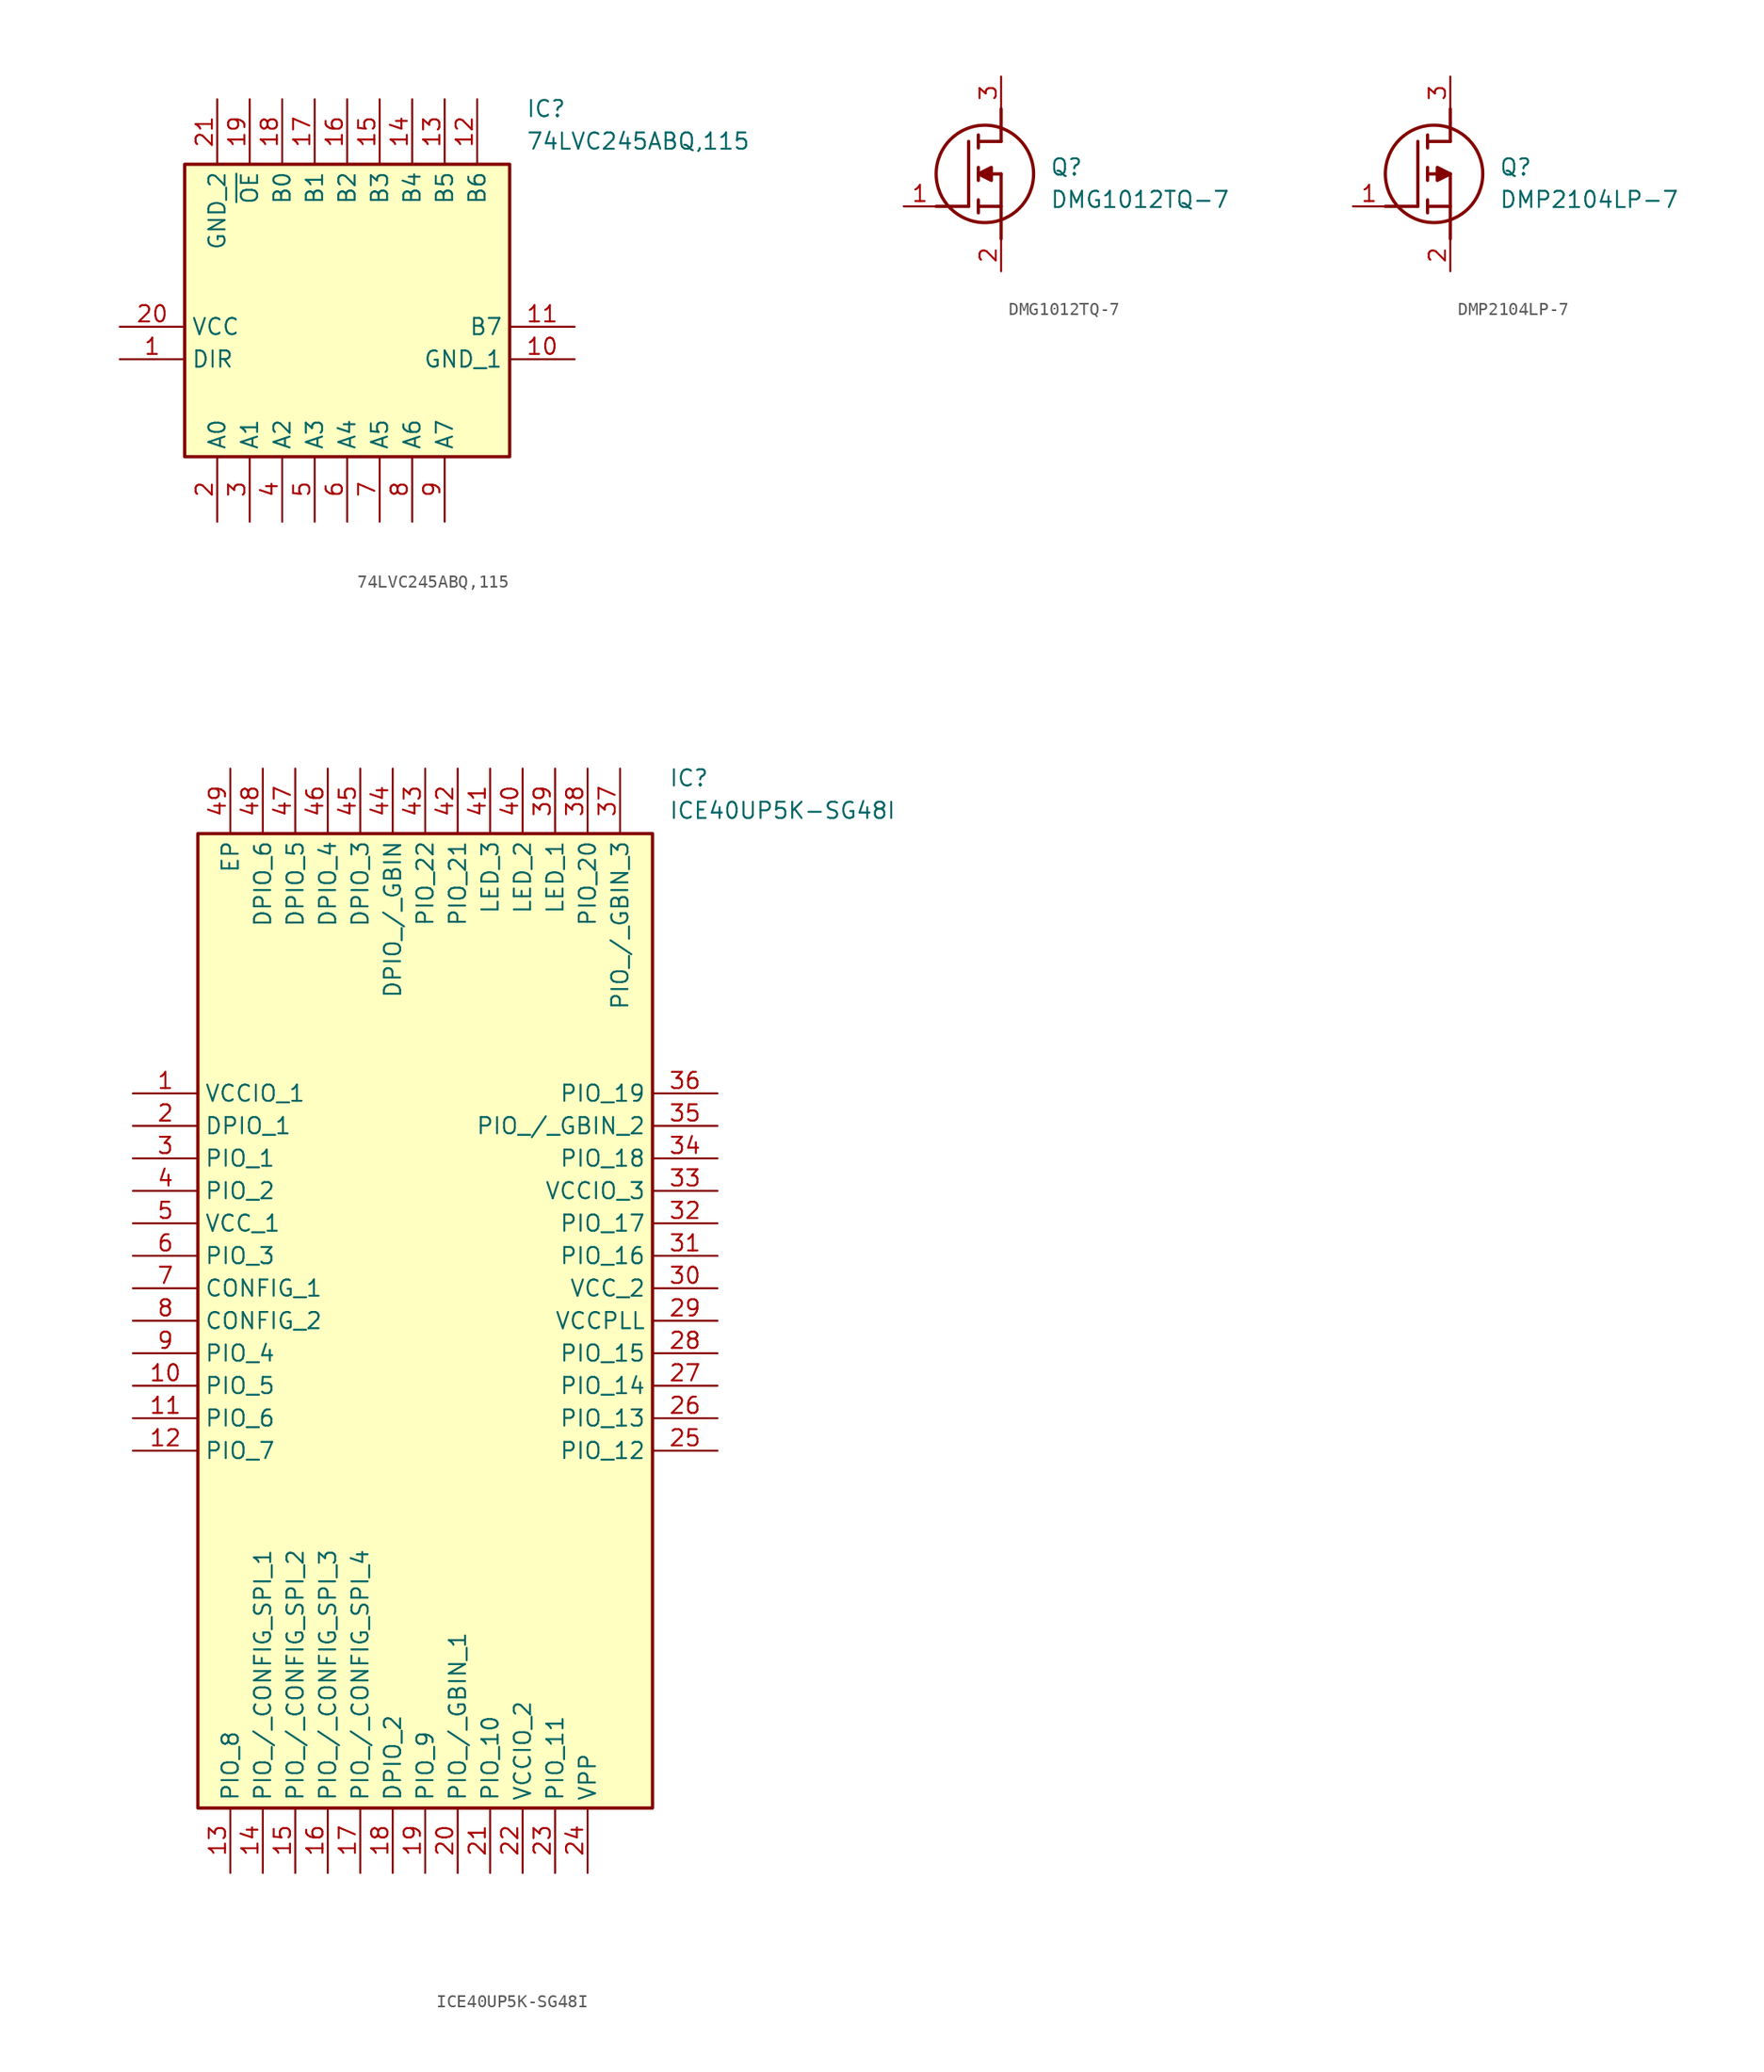
<source format=kicad_sym>
(kicad_symbol_lib
  (version 20231120)
  (generator "kicad_symbol_editor")
  (generator_version "8.0")
  (symbol "74LVC245ABQ,115"
    (property "Reference" "IC"
      (at 31.75 17.78 0)
      (effects (font (size 1.27 1.27)) (justify left top)))
    (property "Value" "74LVC245ABQ,115"
      (at 31.75 15.24 0)
      (effects (font (size 1.27 1.27)) (justify left top)))
    (symbol "74LVC245ABQ,115_1_1"
      (rectangle (start 5.08 12.7) (end 30.48 -10.16) (stroke (width 0.254) (type default)) (fill (type background)))
      (pin passive line (at 0 -2.54 0) (length 5.08) (name "DIR" (effects (font (size 1.27 1.27)))) (number "1" (effects (font (size 1.27 1.27)))))
      (pin passive line (at 35.56 -2.54 180) (length 5.08) (name "GND_1" (effects (font (size 1.27 1.27)))) (number "10" (effects (font (size 1.27 1.27)))))
      (pin passive line (at 35.56 0 180) (length 5.08) (name "B7" (effects (font (size 1.27 1.27)))) (number "11" (effects (font (size 1.27 1.27)))))
      (pin passive line (at 27.94 17.78 270) (length 5.08) (name "B6" (effects (font (size 1.27 1.27)))) (number "12" (effects (font (size 1.27 1.27)))))
      (pin passive line (at 25.4 17.78 270) (length 5.08) (name "B5" (effects (font (size 1.27 1.27)))) (number "13" (effects (font (size 1.27 1.27)))))
      (pin passive line (at 22.86 17.78 270) (length 5.08) (name "B4" (effects (font (size 1.27 1.27)))) (number "14" (effects (font (size 1.27 1.27)))))
      (pin passive line (at 20.32 17.78 270) (length 5.08) (name "B3" (effects (font (size 1.27 1.27)))) (number "15" (effects (font (size 1.27 1.27)))))
      (pin passive line (at 17.78 17.78 270) (length 5.08) (name "B2" (effects (font (size 1.27 1.27)))) (number "16" (effects (font (size 1.27 1.27)))))
      (pin passive line (at 15.24 17.78 270) (length 5.08) (name "B1" (effects (font (size 1.27 1.27)))) (number "17" (effects (font (size 1.27 1.27)))))
      (pin passive line (at 12.7 17.78 270) (length 5.08) (name "B0" (effects (font (size 1.27 1.27)))) (number "18" (effects (font (size 1.27 1.27)))))
      (pin passive line (at 10.16 17.78 270) (length 5.08) (name "~{OE}" (effects (font (size 1.27 1.27)))) (number "19" (effects (font (size 1.27 1.27)))))
      (pin passive line (at 7.62 -15.24 90) (length 5.08) (name "A0" (effects (font (size 1.27 1.27)))) (number "2" (effects (font (size 1.27 1.27)))))
      (pin passive line (at 0 0 0) (length 5.08) (name "VCC" (effects (font (size 1.27 1.27)))) (number "20" (effects (font (size 1.27 1.27)))))
      (pin passive line (at 7.62 17.78 270) (length 5.08) (name "GND_2" (effects (font (size 1.27 1.27)))) (number "21" (effects (font (size 1.27 1.27)))))
      (pin passive line (at 10.16 -15.24 90) (length 5.08) (name "A1" (effects (font (size 1.27 1.27)))) (number "3" (effects (font (size 1.27 1.27)))))
      (pin passive line (at 12.7 -15.24 90) (length 5.08) (name "A2" (effects (font (size 1.27 1.27)))) (number "4" (effects (font (size 1.27 1.27)))))
      (pin passive line (at 15.24 -15.24 90) (length 5.08) (name "A3" (effects (font (size 1.27 1.27)))) (number "5" (effects (font (size 1.27 1.27)))))
      (pin passive line (at 17.78 -15.24 90) (length 5.08) (name "A4" (effects (font (size 1.27 1.27)))) (number "6" (effects (font (size 1.27 1.27)))))
      (pin passive line (at 20.32 -15.24 90) (length 5.08) (name "A5" (effects (font (size 1.27 1.27)))) (number "7" (effects (font (size 1.27 1.27)))))
      (pin passive line (at 22.86 -15.24 90) (length 5.08) (name "A6" (effects (font (size 1.27 1.27)))) (number "8" (effects (font (size 1.27 1.27)))))
      (pin passive line (at 25.4 -15.24 90) (length 5.08) (name "A7" (effects (font (size 1.27 1.27)))) (number "9" (effects (font (size 1.27 1.27)))))))
  (symbol "DMG1012TQ-7"
    (pin_names hide)
    (property "Reference" "Q"
      (at 11.43 3.81 0)
      (effects (font (size 1.27 1.27)) (justify left top)))
    (property "Value" "DMG1012TQ-7"
      (at 11.43 1.27 0)
      (effects (font (size 1.27 1.27)) (justify left top)))
    (symbol "DMG1012TQ-7_1_1"
      (polyline (pts (xy 2.54 0) (xy 5.08 0)) (stroke (width 0.254) (type default)) (fill (type none)))
      (polyline (pts (xy 5.08 5.08) (xy 5.08 0)) (stroke (width 0.254) (type default)) (fill (type none)))
      (polyline (pts (xy 5.842 -0.508) (xy 5.842 0.508)) (stroke (width 0.254) (type default)) (fill (type none)))
      (polyline (pts (xy 5.842 0) (xy 7.62 0)) (stroke (width 0.254) (type default)) (fill (type none)))
      (polyline (pts (xy 5.842 2.032) (xy 5.842 3.048)) (stroke (width 0.254) (type default)) (fill (type none)))
      (polyline (pts (xy 5.842 5.588) (xy 5.842 4.572)) (stroke (width 0.254) (type default)) (fill (type none)))
      (polyline (pts (xy 7.62 2.54) (xy 5.842 2.54)) (stroke (width 0.254) (type default)) (fill (type none)))
      (polyline (pts (xy 7.62 2.54) (xy 7.62 -2.54)) (stroke (width 0.254) (type default)) (fill (type none)))
      (polyline (pts (xy 7.62 5.08) (xy 5.842 5.08)) (stroke (width 0.254) (type default)) (fill (type none)))
      (polyline (pts (xy 7.62 5.08) (xy 7.62 7.62)) (stroke (width 0.254) (type default)) (fill (type none)))
      (polyline (pts (xy 5.842 2.54) (xy 6.858 3.048) (xy 6.858 2.032) (xy 5.842 2.54)) (stroke (width 0.254) (type default)) (fill (type outline)))
      (circle (center 6.35 2.54) (radius 3.81) (stroke (width 0.254) (type default)) (fill (type none)))
      (pin passive line (at 0 0 0) (length 2.54) (name "G" (effects (font (size 1.27 1.27)))) (number "1" (effects (font (size 1.27 1.27)))))
      (pin passive line (at 7.62 -5.08 90) (length 2.54) (name "S" (effects (font (size 1.27 1.27)))) (number "2" (effects (font (size 1.27 1.27)))))
      (pin passive line (at 7.62 10.16 270) (length 2.54) (name "D" (effects (font (size 1.27 1.27)))) (number "3" (effects (font (size 1.27 1.27)))))))
  (symbol "DMP2104LP-7"
    (pin_names hide)
    (property "Reference" "Q"
      (at 11.43 3.81 0)
      (effects (font (size 1.27 1.27)) (justify left top)))
    (property "Value" "DMP2104LP-7"
      (at 11.43 1.27 0)
      (effects (font (size 1.27 1.27)) (justify left top)))
    (symbol "DMP2104LP-7_1_1"
      (polyline (pts (xy 2.54 0) (xy 5.08 0)) (stroke (width 0.254) (type default)) (fill (type none)))
      (polyline (pts (xy 5.08 5.08) (xy 5.08 0)) (stroke (width 0.254) (type default)) (fill (type none)))
      (polyline (pts (xy 5.842 -0.508) (xy 5.842 0.508)) (stroke (width 0.254) (type default)) (fill (type none)))
      (polyline (pts (xy 5.842 0) (xy 7.62 0)) (stroke (width 0.254) (type default)) (fill (type none)))
      (polyline (pts (xy 5.842 2.032) (xy 5.842 3.048)) (stroke (width 0.254) (type default)) (fill (type none)))
      (polyline (pts (xy 5.842 5.588) (xy 5.842 4.572)) (stroke (width 0.254) (type default)) (fill (type none)))
      (polyline (pts (xy 7.62 2.54) (xy 5.842 2.54)) (stroke (width 0.254) (type default)) (fill (type none)))
      (polyline (pts (xy 7.62 2.54) (xy 7.62 -2.54)) (stroke (width 0.254) (type default)) (fill (type none)))
      (polyline (pts (xy 7.62 5.08) (xy 5.842 5.08)) (stroke (width 0.254) (type default)) (fill (type none)))
      (polyline (pts (xy 7.62 5.08) (xy 7.62 7.62)) (stroke (width 0.254) (type default)) (fill (type none)))
      (polyline (pts (xy 7.62 2.54) (xy 6.604 3.048) (xy 6.604 2.032) (xy 7.62 2.54)) (stroke (width 0.254) (type default)) (fill (type outline)))
      (circle (center 6.35 2.54) (radius 3.81) (stroke (width 0.254) (type default)) (fill (type none)))
      (pin passive line (at 0 0 0) (length 2.54) (name "G" (effects (font (size 1.27 1.27)))) (number "1" (effects (font (size 1.27 1.27)))))
      (pin passive line (at 7.62 -5.08 90) (length 2.54) (name "S" (effects (font (size 1.27 1.27)))) (number "2" (effects (font (size 1.27 1.27)))))
      (pin passive line (at 7.62 10.16 270) (length 2.54) (name "D" (effects (font (size 1.27 1.27)))) (number "3" (effects (font (size 1.27 1.27)))))))
  (symbol "ICE40UP5K-SG48I"
    (property "Reference" "IC"
      (at 41.91 25.4 0)
      (effects (font (size 1.27 1.27)) (justify left top)))
    (property "Value" "ICE40UP5K-SG48I"
      (at 41.91 22.86 0)
      (effects (font (size 1.27 1.27)) (justify left top)))
    (symbol "ICE40UP5K-SG48I_1_1"
      (rectangle (start 5.08 20.32) (end 40.64 -55.88) (stroke (width 0.254) (type default)) (fill (type background)))
      (pin passive line (at 0 0 0) (length 5.08) (name "VCCIO_1" (effects (font (size 1.27 1.27)))) (number "1" (effects (font (size 1.27 1.27)))))
      (pin passive line (at 0 -22.86 0) (length 5.08) (name "PIO_5" (effects (font (size 1.27 1.27)))) (number "10" (effects (font (size 1.27 1.27)))))
      (pin passive line (at 0 -25.4 0) (length 5.08) (name "PIO_6" (effects (font (size 1.27 1.27)))) (number "11" (effects (font (size 1.27 1.27)))))
      (pin passive line (at 0 -27.94 0) (length 5.08) (name "PIO_7" (effects (font (size 1.27 1.27)))) (number "12" (effects (font (size 1.27 1.27)))))
      (pin passive line (at 7.62 -60.96 90) (length 5.08) (name "PIO_8" (effects (font (size 1.27 1.27)))) (number "13" (effects (font (size 1.27 1.27)))))
      (pin passive line (at 10.16 -60.96 90) (length 5.08) (name "PIO_/_CONFIG_SPI_1" (effects (font (size 1.27 1.27)))) (number "14" (effects (font (size 1.27 1.27)))))
      (pin passive line (at 12.7 -60.96 90) (length 5.08) (name "PIO_/_CONFIG_SPI_2" (effects (font (size 1.27 1.27)))) (number "15" (effects (font (size 1.27 1.27)))))
      (pin passive line (at 15.24 -60.96 90) (length 5.08) (name "PIO_/_CONFIG_SPI_3" (effects (font (size 1.27 1.27)))) (number "16" (effects (font (size 1.27 1.27)))))
      (pin passive line (at 17.78 -60.96 90) (length 5.08) (name "PIO_/_CONFIG_SPI_4" (effects (font (size 1.27 1.27)))) (number "17" (effects (font (size 1.27 1.27)))))
      (pin passive line (at 20.32 -60.96 90) (length 5.08) (name "DPIO_2" (effects (font (size 1.27 1.27)))) (number "18" (effects (font (size 1.27 1.27)))))
      (pin passive line (at 22.86 -60.96 90) (length 5.08) (name "PIO_9" (effects (font (size 1.27 1.27)))) (number "19" (effects (font (size 1.27 1.27)))))
      (pin passive line (at 0 -2.54 0) (length 5.08) (name "DPIO_1" (effects (font (size 1.27 1.27)))) (number "2" (effects (font (size 1.27 1.27)))))
      (pin passive line (at 25.4 -60.96 90) (length 5.08) (name "PIO_/_GBIN_1" (effects (font (size 1.27 1.27)))) (number "20" (effects (font (size 1.27 1.27)))))
      (pin passive line (at 27.94 -60.96 90) (length 5.08) (name "PIO_10" (effects (font (size 1.27 1.27)))) (number "21" (effects (font (size 1.27 1.27)))))
      (pin passive line (at 30.48 -60.96 90) (length 5.08) (name "VCCIO_2" (effects (font (size 1.27 1.27)))) (number "22" (effects (font (size 1.27 1.27)))))
      (pin passive line (at 33.02 -60.96 90) (length 5.08) (name "PIO_11" (effects (font (size 1.27 1.27)))) (number "23" (effects (font (size 1.27 1.27)))))
      (pin passive line (at 35.56 -60.96 90) (length 5.08) (name "VPP" (effects (font (size 1.27 1.27)))) (number "24" (effects (font (size 1.27 1.27)))))
      (pin passive line (at 45.72 -27.94 180) (length 5.08) (name "PIO_12" (effects (font (size 1.27 1.27)))) (number "25" (effects (font (size 1.27 1.27)))))
      (pin passive line (at 45.72 -25.4 180) (length 5.08) (name "PIO_13" (effects (font (size 1.27 1.27)))) (number "26" (effects (font (size 1.27 1.27)))))
      (pin passive line (at 45.72 -22.86 180) (length 5.08) (name "PIO_14" (effects (font (size 1.27 1.27)))) (number "27" (effects (font (size 1.27 1.27)))))
      (pin passive line (at 45.72 -20.32 180) (length 5.08) (name "PIO_15" (effects (font (size 1.27 1.27)))) (number "28" (effects (font (size 1.27 1.27)))))
      (pin passive line (at 45.72 -17.78 180) (length 5.08) (name "VCCPLL" (effects (font (size 1.27 1.27)))) (number "29" (effects (font (size 1.27 1.27)))))
      (pin passive line (at 0 -5.08 0) (length 5.08) (name "PIO_1" (effects (font (size 1.27 1.27)))) (number "3" (effects (font (size 1.27 1.27)))))
      (pin passive line (at 45.72 -15.24 180) (length 5.08) (name "VCC_2" (effects (font (size 1.27 1.27)))) (number "30" (effects (font (size 1.27 1.27)))))
      (pin passive line (at 45.72 -12.7 180) (length 5.08) (name "PIO_16" (effects (font (size 1.27 1.27)))) (number "31" (effects (font (size 1.27 1.27)))))
      (pin passive line (at 45.72 -10.16 180) (length 5.08) (name "PIO_17" (effects (font (size 1.27 1.27)))) (number "32" (effects (font (size 1.27 1.27)))))
      (pin passive line (at 45.72 -7.62 180) (length 5.08) (name "VCCIO_3" (effects (font (size 1.27 1.27)))) (number "33" (effects (font (size 1.27 1.27)))))
      (pin passive line (at 45.72 -5.08 180) (length 5.08) (name "PIO_18" (effects (font (size 1.27 1.27)))) (number "34" (effects (font (size 1.27 1.27)))))
      (pin passive line (at 45.72 -2.54 180) (length 5.08) (name "PIO_/_GBIN_2" (effects (font (size 1.27 1.27)))) (number "35" (effects (font (size 1.27 1.27)))))
      (pin passive line (at 45.72 0 180) (length 5.08) (name "PIO_19" (effects (font (size 1.27 1.27)))) (number "36" (effects (font (size 1.27 1.27)))))
      (pin passive line (at 38.1 25.4 270) (length 5.08) (name "PIO_/_GBIN_3" (effects (font (size 1.27 1.27)))) (number "37" (effects (font (size 1.27 1.27)))))
      (pin passive line (at 35.56 25.4 270) (length 5.08) (name "PIO_20" (effects (font (size 1.27 1.27)))) (number "38" (effects (font (size 1.27 1.27)))))
      (pin passive line (at 33.02 25.4 270) (length 5.08) (name "LED_1" (effects (font (size 1.27 1.27)))) (number "39" (effects (font (size 1.27 1.27)))))
      (pin passive line (at 0 -7.62 0) (length 5.08) (name "PIO_2" (effects (font (size 1.27 1.27)))) (number "4" (effects (font (size 1.27 1.27)))))
      (pin passive line (at 30.48 25.4 270) (length 5.08) (name "LED_2" (effects (font (size 1.27 1.27)))) (number "40" (effects (font (size 1.27 1.27)))))
      (pin passive line (at 27.94 25.4 270) (length 5.08) (name "LED_3" (effects (font (size 1.27 1.27)))) (number "41" (effects (font (size 1.27 1.27)))))
      (pin passive line (at 25.4 25.4 270) (length 5.08) (name "PIO_21" (effects (font (size 1.27 1.27)))) (number "42" (effects (font (size 1.27 1.27)))))
      (pin passive line (at 22.86 25.4 270) (length 5.08) (name "PIO_22" (effects (font (size 1.27 1.27)))) (number "43" (effects (font (size 1.27 1.27)))))
      (pin passive line (at 20.32 25.4 270) (length 5.08) (name "DPIO_/_GBIN" (effects (font (size 1.27 1.27)))) (number "44" (effects (font (size 1.27 1.27)))))
      (pin passive line (at 17.78 25.4 270) (length 5.08) (name "DPIO_3" (effects (font (size 1.27 1.27)))) (number "45" (effects (font (size 1.27 1.27)))))
      (pin passive line (at 15.24 25.4 270) (length 5.08) (name "DPIO_4" (effects (font (size 1.27 1.27)))) (number "46" (effects (font (size 1.27 1.27)))))
      (pin passive line (at 12.7 25.4 270) (length 5.08) (name "DPIO_5" (effects (font (size 1.27 1.27)))) (number "47" (effects (font (size 1.27 1.27)))))
      (pin passive line (at 10.16 25.4 270) (length 5.08) (name "DPIO_6" (effects (font (size 1.27 1.27)))) (number "48" (effects (font (size 1.27 1.27)))))
      (pin passive line (at 7.62 25.4 270) (length 5.08) (name "EP" (effects (font (size 1.27 1.27)))) (number "49" (effects (font (size 1.27 1.27)))))
      (pin passive line (at 0 -10.16 0) (length 5.08) (name "VCC_1" (effects (font (size 1.27 1.27)))) (number "5" (effects (font (size 1.27 1.27)))))
      (pin passive line (at 0 -12.7 0) (length 5.08) (name "PIO_3" (effects (font (size 1.27 1.27)))) (number "6" (effects (font (size 1.27 1.27)))))
      (pin passive line (at 0 -15.24 0) (length 5.08) (name "CONFIG_1" (effects (font (size 1.27 1.27)))) (number "7" (effects (font (size 1.27 1.27)))))
      (pin passive line (at 0 -17.78 0) (length 5.08) (name "CONFIG_2" (effects (font (size 1.27 1.27)))) (number "8" (effects (font (size 1.27 1.27)))))
      (pin passive line (at 0 -20.32 0) (length 5.08) (name "PIO_4" (effects (font (size 1.27 1.27)))) (number "9" (effects (font (size 1.27 1.27))))))))
</source>
